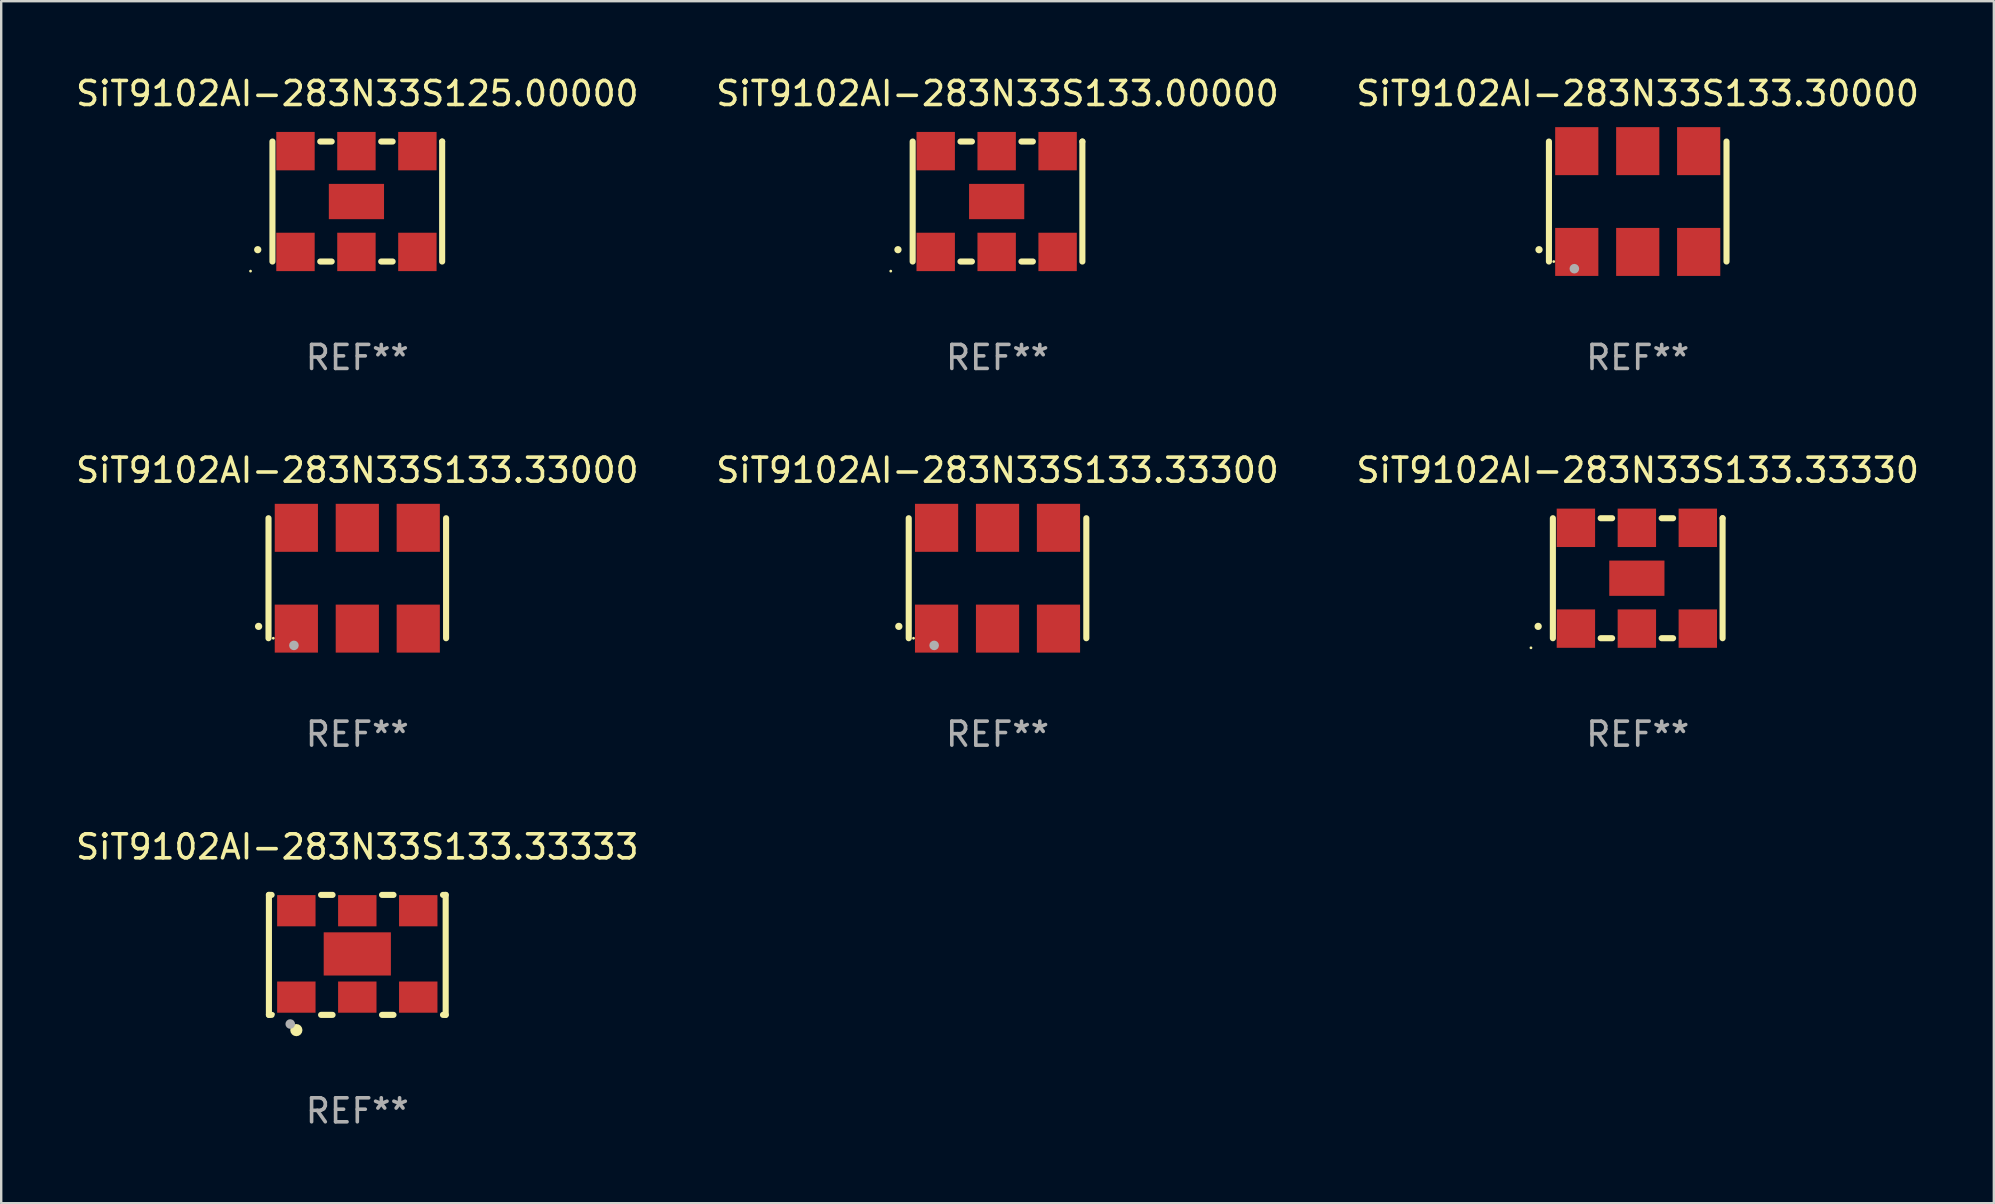
<source format=kicad_pcb>
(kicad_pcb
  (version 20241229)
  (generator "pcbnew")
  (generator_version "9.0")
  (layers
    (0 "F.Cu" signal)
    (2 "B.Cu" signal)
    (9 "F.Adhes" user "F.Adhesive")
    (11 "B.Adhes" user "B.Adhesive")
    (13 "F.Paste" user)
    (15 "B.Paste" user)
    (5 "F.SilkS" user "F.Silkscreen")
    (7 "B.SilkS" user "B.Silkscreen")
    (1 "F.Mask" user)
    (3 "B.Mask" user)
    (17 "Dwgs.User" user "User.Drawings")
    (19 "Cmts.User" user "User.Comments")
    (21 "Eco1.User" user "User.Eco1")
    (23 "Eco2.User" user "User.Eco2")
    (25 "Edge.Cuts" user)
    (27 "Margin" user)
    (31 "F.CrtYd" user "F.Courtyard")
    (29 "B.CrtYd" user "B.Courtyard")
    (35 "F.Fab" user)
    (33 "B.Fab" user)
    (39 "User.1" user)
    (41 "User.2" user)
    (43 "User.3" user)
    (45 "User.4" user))
  (footprint "SiT9102AI-283N33S133.33300"
    (layer "F.Cu")
    (at 38.518 21.045)
    (property "Reference" "SiT9102AI-283N33S133.33300" (at 0 -4.5 0) (layer "F.SilkS") (effects (font (size 1 1) (thickness 0.15))))
    (attr through_hole)
    (fp_line (start -3.7 -2.5) (end -3.7 2.5) (stroke (width 0.254) (type solid)) (layer "F.SilkS"))
    (fp_line (start 3.7 -2.5) (end 3.7 2.5) (stroke (width 0.254) (type solid)) (layer "F.SilkS"))
    (fp_arc (start -4.114415 2.006604) (mid -4.113145 2.006599) (end -4.111875 2.006604) (stroke (width 0.3) (type solid)) (layer "F.SilkS"))
    (fp_circle (center -3.5 2.501) (end -3.47 2.501) (stroke (width 0.06) (type solid)) (fill no) (layer "F.SilkS"))
    (fp_circle (center -2.641 2.799) (end -2.541 2.799) (stroke (width 0.2) (type solid)) (fill no) (layer "F.Fab"))
    (fp_text user "REF**" (at 0 6.5 0) (layer "F.Fab") (effects (font (size 1 1) (thickness 0.15))))
    (pad "1" smd rect (at -2.54 2.1) (size 1.8 2) (layers "F.Cu" "F.Mask" "F.Paste"))
    (pad "2" smd rect (at 0.000394 2.1) (size 1.8 2) (layers "F.Cu" "F.Mask" "F.Paste"))
    (pad "3" smd rect (at 2.54 2.1) (size 1.8 2) (layers "F.Cu" "F.Mask" "F.Paste"))
    (pad "4" smd rect (at 2.54 -2.1) (size 1.8 2) (layers "F.Cu" "F.Mask" "F.Paste"))
    (pad "5" smd rect (at 0.000394 -2.1) (size 1.8 2) (layers "F.Cu" "F.Mask" "F.Paste"))
    (pad "6" smd rect (at -2.54 -2.1) (size 1.8 2) (layers "F.Cu" "F.Mask" "F.Paste")))
  (footprint "SiT9102AI-283N33S125.00000"
    (layer "F.Cu")
    (at 11.839 5.348)
    (property "Reference" "SiT9102AI-283N33S125.00000" (at 0 -4.5 0) (layer "F.SilkS") (effects (font (size 1 1) (thickness 0.15))))
    (attr through_hole)
    (fp_line (start -3.536 -2.5) (end -3.536 2.5) (stroke (width 0.254) (type solid)) (layer "F.SilkS"))
    (fp_line (start -1.544 2.5) (end -1.067 2.5) (stroke (width 0.254) (type solid)) (layer "F.SilkS"))
    (fp_line (start -1.067 -2.5) (end -1.544 -2.5) (stroke (width 0.254) (type solid)) (layer "F.SilkS"))
    (fp_line (start 0.996 2.5) (end 1.473 2.5) (stroke (width 0.254) (type solid)) (layer "F.SilkS"))
    (fp_line (start 1.473 -2.5) (end 0.996 -2.5) (stroke (width 0.254) (type solid)) (layer "F.SilkS"))
    (fp_line (start 3.536 -2.5) (end 3.536 -2.5) (stroke (width 0.254) (type solid)) (layer "F.SilkS"))
    (fp_line (start 3.536 2.5) (end 3.536 -2.5) (stroke (width 0.254) (type solid)) (layer "F.SilkS"))
    (fp_arc (start -4.150432 2.006604) (mid -4.149162 2.006599) (end -4.147892 2.006604) (stroke (width 0.3) (type solid)) (layer "F.SilkS"))
    (fp_circle (center -4.449 2.9) (end -4.419 2.9) (stroke (width 0.06) (type solid)) (fill no) (layer "F.SilkS"))
    (fp_text user "REF**" (at 0 6.5 0) (layer "F.Fab") (effects (font (size 1 1) (thickness 0.15))))
    (pad "1" smd rect (at -2.576 2.1) (size 1.6 1.6) (layers "F.Cu" "F.Mask" "F.Paste"))
    (pad "2" smd rect (at -0.036 2.1) (size 1.6 1.6) (layers "F.Cu" "F.Mask" "F.Paste"))
    (pad "3" smd rect (at 2.504 2.1) (size 1.6 1.6) (layers "F.Cu" "F.Mask" "F.Paste"))
    (pad "4" smd rect (at 2.504 -2.1) (size 1.6 1.6) (layers "F.Cu" "F.Mask" "F.Paste"))
    (pad "5" smd rect (at -0.036 -2.1) (size 1.6 1.6) (layers "F.Cu" "F.Mask" "F.Paste"))
    (pad "6" smd rect (at -2.576 -2.1) (size 1.6 1.6) (layers "F.Cu" "F.Mask" "F.Paste"))
    (pad "7" smd rect (at -0.036 0) (size 2.3 1.47) (layers "F.Cu" "F.Mask" "F.Paste")))
  (footprint "SiT9102AI-283N33S133.33333"
    (layer "F.Cu")
    (at 11.839 36.741)
    (property "Reference" "SiT9102AI-283N33S133.33333" (at 0 -4.5 0) (layer "F.SilkS") (effects (font (size 1 1) (thickness 0.15))))
    (attr through_hole)
    (fp_line (start -3.683 -2.5) (end -3.571 -2.5) (stroke (width 0.254) (type solid)) (layer "F.SilkS"))
    (fp_line (start -3.683 2.5) (end -3.683 -2.5) (stroke (width 0.254) (type solid)) (layer "F.SilkS"))
    (fp_line (start -3.683 2.5) (end -3.571 2.5) (stroke (width 0.254) (type solid)) (layer "F.SilkS"))
    (fp_line (start -1.509 -2.5) (end -1.031 -2.5) (stroke (width 0.254) (type solid)) (layer "F.SilkS"))
    (fp_line (start -1.509 2.5) (end -1.031 2.5) (stroke (width 0.254) (type solid)) (layer "F.SilkS"))
    (fp_line (start 1.031 -2.5) (end 1.509 -2.5) (stroke (width 0.254) (type solid)) (layer "F.SilkS"))
    (fp_line (start 1.031 2.5) (end 1.509 2.5) (stroke (width 0.254) (type solid)) (layer "F.SilkS"))
    (fp_line (start 3.571 -2.5) (end 3.683 -2.5) (stroke (width 0.254) (type solid)) (layer "F.SilkS"))
    (fp_line (start 3.571 2.5) (end 3.683 2.5) (stroke (width 0.254) (type solid)) (layer "F.SilkS"))
    (fp_line (start 3.683 2.5) (end 3.683 -2.5) (stroke (width 0.254) (type solid)) (layer "F.SilkS"))
    (fp_circle (center -3.5 2.46) (end -3.47 2.46) (stroke (width 0.06) (type solid)) (fill no) (layer "F.SilkS"))
    (fp_circle (center -2.54 3.135) (end -2.413 3.135) (stroke (width 0.254) (type solid)) (fill no) (layer "F.SilkS"))
    (fp_circle (center -2.794 2.881) (end -2.694 2.881) (stroke (width 0.2) (type solid)) (fill no) (layer "F.Fab"))
    (fp_text user "REF**" (at 0 6.5 0) (layer "F.Fab") (effects (font (size 1 1) (thickness 0.15))))
    (pad "1" smd rect (at -2.54 1.76) (size 1.6 1.3) (layers "F.Cu" "F.Mask" "F.Paste"))
    (pad "2" smd rect (at 0 1.76) (size 1.6 1.3) (layers "F.Cu" "F.Mask" "F.Paste"))
    (pad "3" smd rect (at 2.54 1.76) (size 1.6 1.3) (layers "F.Cu" "F.Mask" "F.Paste"))
    (pad "4" smd rect (at 2.54 -1.84) (size 1.6 1.3) (layers "F.Cu" "F.Mask" "F.Paste"))
    (pad "5" smd rect (at 0 -1.84) (size 1.6 1.3) (layers "F.Cu" "F.Mask" "F.Paste"))
    (pad "6" smd rect (at -2.54 -1.84) (size 1.6 1.3) (layers "F.Cu" "F.Mask" "F.Paste"))
    (pad "7" smd rect (at 0 -0.04) (size 2.8 1.8) (layers "F.Cu" "F.Mask" "F.Paste")))
  (footprint "SiT9102AI-283N33S133.00000"
    (layer "F.Cu")
    (at 38.518 5.348)
    (property "Reference" "SiT9102AI-283N33S133.00000" (at 0 -4.5 0) (layer "F.SilkS") (effects (font (size 1 1) (thickness 0.15))))
    (attr through_hole)
    (fp_line (start -3.536 -2.5) (end -3.536 2.5) (stroke (width 0.254) (type solid)) (layer "F.SilkS"))
    (fp_line (start -1.544 2.5) (end -1.067 2.5) (stroke (width 0.254) (type solid)) (layer "F.SilkS"))
    (fp_line (start -1.067 -2.5) (end -1.544 -2.5) (stroke (width 0.254) (type solid)) (layer "F.SilkS"))
    (fp_line (start 0.996 2.5) (end 1.473 2.5) (stroke (width 0.254) (type solid)) (layer "F.SilkS"))
    (fp_line (start 1.473 -2.5) (end 0.996 -2.5) (stroke (width 0.254) (type solid)) (layer "F.SilkS"))
    (fp_line (start 3.536 -2.5) (end 3.536 -2.5) (stroke (width 0.254) (type solid)) (layer "F.SilkS"))
    (fp_line (start 3.536 2.5) (end 3.536 -2.5) (stroke (width 0.254) (type solid)) (layer "F.SilkS"))
    (fp_arc (start -4.150432 2.006604) (mid -4.149162 2.006599) (end -4.147892 2.006604) (stroke (width 0.3) (type solid)) (layer "F.SilkS"))
    (fp_circle (center -4.449 2.9) (end -4.419 2.9) (stroke (width 0.06) (type solid)) (fill no) (layer "F.SilkS"))
    (fp_text user "REF**" (at 0 6.5 0) (layer "F.Fab") (effects (font (size 1 1) (thickness 0.15))))
    (pad "1" smd rect (at -2.576 2.1) (size 1.6 1.6) (layers "F.Cu" "F.Mask" "F.Paste"))
    (pad "2" smd rect (at -0.036 2.1) (size 1.6 1.6) (layers "F.Cu" "F.Mask" "F.Paste"))
    (pad "3" smd rect (at 2.504 2.1) (size 1.6 1.6) (layers "F.Cu" "F.Mask" "F.Paste"))
    (pad "4" smd rect (at 2.504 -2.1) (size 1.6 1.6) (layers "F.Cu" "F.Mask" "F.Paste"))
    (pad "5" smd rect (at -0.036 -2.1) (size 1.6 1.6) (layers "F.Cu" "F.Mask" "F.Paste"))
    (pad "6" smd rect (at -2.576 -2.1) (size 1.6 1.6) (layers "F.Cu" "F.Mask" "F.Paste"))
    (pad "7" smd rect (at -0.036 0) (size 2.3 1.47) (layers "F.Cu" "F.Mask" "F.Paste")))
  (footprint "SiT9102AI-283N33S133.33330"
    (layer "F.Cu")
    (at 65.196 21.045)
    (property "Reference" "SiT9102AI-283N33S133.33330" (at 0 -4.5 0) (layer "F.SilkS") (effects (font (size 1 1) (thickness 0.15))))
    (attr through_hole)
    (fp_line (start -3.536 -2.5) (end -3.536 2.5) (stroke (width 0.254) (type solid)) (layer "F.SilkS"))
    (fp_line (start -1.544 2.5) (end -1.067 2.5) (stroke (width 0.254) (type solid)) (layer "F.SilkS"))
    (fp_line (start -1.067 -2.5) (end -1.544 -2.5) (stroke (width 0.254) (type solid)) (layer "F.SilkS"))
    (fp_line (start 0.996 2.5) (end 1.473 2.5) (stroke (width 0.254) (type solid)) (layer "F.SilkS"))
    (fp_line (start 1.473 -2.5) (end 0.996 -2.5) (stroke (width 0.254) (type solid)) (layer "F.SilkS"))
    (fp_line (start 3.536 -2.5) (end 3.536 -2.5) (stroke (width 0.254) (type solid)) (layer "F.SilkS"))
    (fp_line (start 3.536 2.5) (end 3.536 -2.5) (stroke (width 0.254) (type solid)) (layer "F.SilkS"))
    (fp_arc (start -4.150432 2.006604) (mid -4.149162 2.006599) (end -4.147892 2.006604) (stroke (width 0.3) (type solid)) (layer "F.SilkS"))
    (fp_circle (center -4.449 2.9) (end -4.419 2.9) (stroke (width 0.06) (type solid)) (fill no) (layer "F.SilkS"))
    (fp_text user "REF**" (at 0 6.5 0) (layer "F.Fab") (effects (font (size 1 1) (thickness 0.15))))
    (pad "1" smd rect (at -2.576 2.1) (size 1.6 1.6) (layers "F.Cu" "F.Mask" "F.Paste"))
    (pad "2" smd rect (at -0.036 2.1) (size 1.6 1.6) (layers "F.Cu" "F.Mask" "F.Paste"))
    (pad "3" smd rect (at 2.504 2.1) (size 1.6 1.6) (layers "F.Cu" "F.Mask" "F.Paste"))
    (pad "4" smd rect (at 2.504 -2.1) (size 1.6 1.6) (layers "F.Cu" "F.Mask" "F.Paste"))
    (pad "5" smd rect (at -0.036 -2.1) (size 1.6 1.6) (layers "F.Cu" "F.Mask" "F.Paste"))
    (pad "6" smd rect (at -2.576 -2.1) (size 1.6 1.6) (layers "F.Cu" "F.Mask" "F.Paste"))
    (pad "7" smd rect (at -0.036 0) (size 2.3 1.47) (layers "F.Cu" "F.Mask" "F.Paste")))
  (footprint "SiT9102AI-283N33S133.33000"
    (layer "F.Cu")
    (at 11.839 21.045)
    (property "Reference" "SiT9102AI-283N33S133.33000" (at 0 -4.5 0) (layer "F.SilkS") (effects (font (size 1 1) (thickness 0.15))))
    (attr through_hole)
    (fp_line (start -3.7 -2.5) (end -3.7 2.5) (stroke (width 0.254) (type solid)) (layer "F.SilkS"))
    (fp_line (start 3.7 -2.5) (end 3.7 2.5) (stroke (width 0.254) (type solid)) (layer "F.SilkS"))
    (fp_arc (start -4.114415 2.006604) (mid -4.113145 2.006599) (end -4.111875 2.006604) (stroke (width 0.3) (type solid)) (layer "F.SilkS"))
    (fp_circle (center -3.5 2.501) (end -3.47 2.501) (stroke (width 0.06) (type solid)) (fill no) (layer "F.SilkS"))
    (fp_circle (center -2.641 2.799) (end -2.541 2.799) (stroke (width 0.2) (type solid)) (fill no) (layer "F.Fab"))
    (fp_text user "REF**" (at 0 6.5 0) (layer "F.Fab") (effects (font (size 1 1) (thickness 0.15))))
    (pad "1" smd rect (at -2.54 2.1) (size 1.8 2) (layers "F.Cu" "F.Mask" "F.Paste"))
    (pad "2" smd rect (at 0.000394 2.1) (size 1.8 2) (layers "F.Cu" "F.Mask" "F.Paste"))
    (pad "3" smd rect (at 2.54 2.1) (size 1.8 2) (layers "F.Cu" "F.Mask" "F.Paste"))
    (pad "4" smd rect (at 2.54 -2.1) (size 1.8 2) (layers "F.Cu" "F.Mask" "F.Paste"))
    (pad "5" smd rect (at 0.000394 -2.1) (size 1.8 2) (layers "F.Cu" "F.Mask" "F.Paste"))
    (pad "6" smd rect (at -2.54 -2.1) (size 1.8 2) (layers "F.Cu" "F.Mask" "F.Paste")))
  (footprint "SiT9102AI-283N33S133.30000"
    (layer "F.Cu")
    (at 65.196 5.348)
    (property "Reference" "SiT9102AI-283N33S133.30000" (at 0 -4.5 0) (layer "F.SilkS") (effects (font (size 1 1) (thickness 0.15))))
    (attr through_hole)
    (fp_line (start -3.7 -2.5) (end -3.7 2.5) (stroke (width 0.254) (type solid)) (layer "F.SilkS"))
    (fp_line (start 3.7 -2.5) (end 3.7 2.5) (stroke (width 0.254) (type solid)) (layer "F.SilkS"))
    (fp_arc (start -4.114415 2.006604) (mid -4.113145 2.006599) (end -4.111875 2.006604) (stroke (width 0.3) (type solid)) (layer "F.SilkS"))
    (fp_circle (center -3.5 2.501) (end -3.47 2.501) (stroke (width 0.06) (type solid)) (fill no) (layer "F.SilkS"))
    (fp_circle (center -2.641 2.799) (end -2.541 2.799) (stroke (width 0.2) (type solid)) (fill no) (layer "F.Fab"))
    (fp_text user "REF**" (at 0 6.5 0) (layer "F.Fab") (effects (font (size 1 1) (thickness 0.15))))
    (pad "1" smd rect (at -2.54 2.1) (size 1.8 2) (layers "F.Cu" "F.Mask" "F.Paste"))
    (pad "2" smd rect (at 0.000394 2.1) (size 1.8 2) (layers "F.Cu" "F.Mask" "F.Paste"))
    (pad "3" smd rect (at 2.54 2.1) (size 1.8 2) (layers "F.Cu" "F.Mask" "F.Paste"))
    (pad "4" smd rect (at 2.54 -2.1) (size 1.8 2) (layers "F.Cu" "F.Mask" "F.Paste"))
    (pad "5" smd rect (at 0.000394 -2.1) (size 1.8 2) (layers "F.Cu" "F.Mask" "F.Paste"))
    (pad "6" smd rect (at -2.54 -2.1) (size 1.8 2) (layers "F.Cu" "F.Mask" "F.Paste")))
  (gr_rect
    (start -3 -3)
    (end 80.036 47.09)
    (stroke (width 0.1) (type default))
    (fill no)
    (layer "Edge.Cuts")))
</source>
